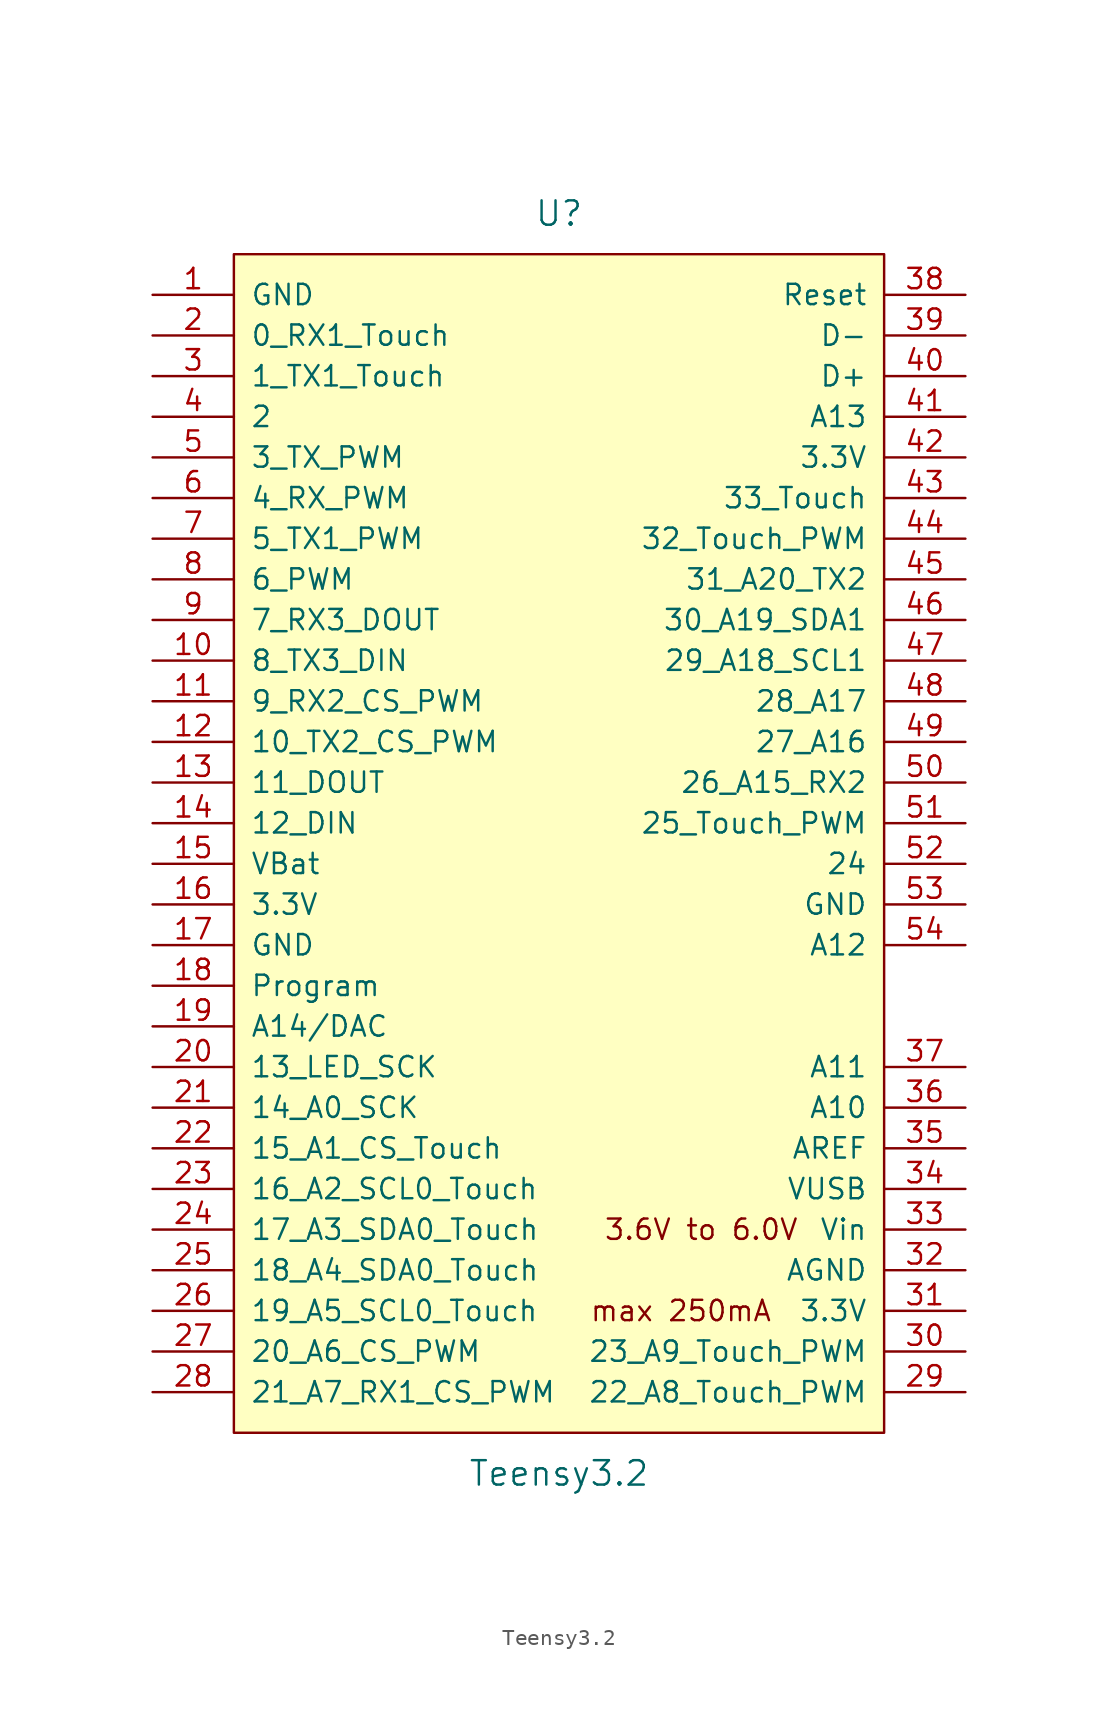
<source format=kicad_sym>
(kicad_symbol_lib
  (version 20220914)
  (generator kicad_symbol_editor)
  (symbol "Teensy3.2"
    (pin_names
      (offset 1.016))
    (property "Reference" "U"
      (at 0 39.37 0)
      (effects (font (size 1.524 1.524))))
    (property "Value" "Teensy3.2"
      (at 0 -39.37 0)
      (effects (font (size 1.524 1.524))))
    (property "Footprint" ""
      (at 0 -19.05 0)
      (effects (font (size 1.524 1.524))))
    (property "Datasheet" ""
      (at 0 -19.05 0)
      (effects (font (size 1.524 1.524))))
    (symbol "Teensy3.2_0_0"
      (text "3.6V to 6.0V" (at 8.89 -24.13 0) (effects (font (size 1.27 1.27))))
      (text "max 250mA" (at 7.62 -29.21 0) (effects (font (size 1.27 1.27)))))
    (symbol "Teensy3.2_1_1"
      (rectangle (start -20.32 36.83) (end 20.32 -36.83) (stroke (width 0) (type solid)) (fill (type background)))
      (pin power_in line (at -25.4 34.29 0) (length 5.08) (name "GND" (effects (font (size 1.27 1.27)))) (number "1" (effects (font (size 1.27 1.27)))))
      (pin bidirectional line (at -25.4 11.43 0) (length 5.08) (name "8_TX3_DIN" (effects (font (size 1.27 1.27)))) (number "10" (effects (font (size 1.27 1.27)))))
      (pin bidirectional line (at -25.4 8.89 0) (length 5.08) (name "9_RX2_CS_PWM" (effects (font (size 1.27 1.27)))) (number "11" (effects (font (size 1.27 1.27)))))
      (pin bidirectional line (at -25.4 6.35 0) (length 5.08) (name "10_TX2_CS_PWM" (effects (font (size 1.27 1.27)))) (number "12" (effects (font (size 1.27 1.27)))))
      (pin bidirectional line (at -25.4 3.81 0) (length 5.08) (name "11_DOUT" (effects (font (size 1.27 1.27)))) (number "13" (effects (font (size 1.27 1.27)))))
      (pin bidirectional line (at -25.4 1.27 0) (length 5.08) (name "12_DIN" (effects (font (size 1.27 1.27)))) (number "14" (effects (font (size 1.27 1.27)))))
      (pin power_in line (at -25.4 -1.27 0) (length 5.08) (name "VBat" (effects (font (size 1.27 1.27)))) (number "15" (effects (font (size 1.27 1.27)))))
      (pin power_out line (at -25.4 -3.81 0) (length 5.08) (name "3.3V" (effects (font (size 1.27 1.27)))) (number "16" (effects (font (size 1.27 1.27)))))
      (pin power_in line (at -25.4 -6.35 0) (length 5.08) (name "GND" (effects (font (size 1.27 1.27)))) (number "17" (effects (font (size 1.27 1.27)))))
      (pin input line (at -25.4 -8.89 0) (length 5.08) (name "Program" (effects (font (size 1.27 1.27)))) (number "18" (effects (font (size 1.27 1.27)))))
      (pin bidirectional line (at -25.4 -11.43 0) (length 5.08) (name "A14/DAC" (effects (font (size 1.27 1.27)))) (number "19" (effects (font (size 1.27 1.27)))))
      (pin bidirectional line (at -25.4 31.75 0) (length 5.08) (name "0_RX1_Touch" (effects (font (size 1.27 1.27)))) (number "2" (effects (font (size 1.27 1.27)))))
      (pin bidirectional line (at -25.4 -13.97 0) (length 5.08) (name "13_LED_SCK" (effects (font (size 1.27 1.27)))) (number "20" (effects (font (size 1.27 1.27)))))
      (pin bidirectional line (at -25.4 -16.51 0) (length 5.08) (name "14_A0_SCK" (effects (font (size 1.27 1.27)))) (number "21" (effects (font (size 1.27 1.27)))))
      (pin bidirectional line (at -25.4 -19.05 0) (length 5.08) (name "15_A1_CS_Touch" (effects (font (size 1.27 1.27)))) (number "22" (effects (font (size 1.27 1.27)))))
      (pin bidirectional line (at -25.4 -21.59 0) (length 5.08) (name "16_A2_SCL0_Touch" (effects (font (size 1.27 1.27)))) (number "23" (effects (font (size 1.27 1.27)))))
      (pin bidirectional line (at -25.4 -24.13 0) (length 5.08) (name "17_A3_SDA0_Touch" (effects (font (size 1.27 1.27)))) (number "24" (effects (font (size 1.27 1.27)))))
      (pin bidirectional line (at -25.4 -26.67 0) (length 5.08) (name "18_A4_SDA0_Touch" (effects (font (size 1.27 1.27)))) (number "25" (effects (font (size 1.27 1.27)))))
      (pin bidirectional line (at -25.4 -29.21 0) (length 5.08) (name "19_A5_SCL0_Touch" (effects (font (size 1.27 1.27)))) (number "26" (effects (font (size 1.27 1.27)))))
      (pin bidirectional line (at -25.4 -31.75 0) (length 5.08) (name "20_A6_CS_PWM" (effects (font (size 1.27 1.27)))) (number "27" (effects (font (size 1.27 1.27)))))
      (pin bidirectional line (at -25.4 -34.29 0) (length 5.08) (name "21_A7_RX1_CS_PWM" (effects (font (size 1.27 1.27)))) (number "28" (effects (font (size 1.27 1.27)))))
      (pin bidirectional line (at 25.4 -34.29 180) (length 5.08) (name "22_A8_Touch_PWM" (effects (font (size 1.27 1.27)))) (number "29" (effects (font (size 1.27 1.27)))))
      (pin bidirectional line (at -25.4 29.21 0) (length 5.08) (name "1_TX1_Touch" (effects (font (size 1.27 1.27)))) (number "3" (effects (font (size 1.27 1.27)))))
      (pin bidirectional line (at 25.4 -31.75 180) (length 5.08) (name "23_A9_Touch_PWM" (effects (font (size 1.27 1.27)))) (number "30" (effects (font (size 1.27 1.27)))))
      (pin power_out line (at 25.4 -29.21 180) (length 5.08) (name "3.3V" (effects (font (size 1.27 1.27)))) (number "31" (effects (font (size 1.27 1.27)))))
      (pin power_out line (at 25.4 -26.67 180) (length 5.08) (name "AGND" (effects (font (size 1.27 1.27)))) (number "32" (effects (font (size 1.27 1.27)))))
      (pin power_in line (at 25.4 -24.13 180) (length 5.08) (name "Vin" (effects (font (size 1.27 1.27)))) (number "33" (effects (font (size 1.27 1.27)))))
      (pin power_in line (at 25.4 -21.59 180) (length 5.08) (name "VUSB" (effects (font (size 1.27 1.27)))) (number "34" (effects (font (size 1.27 1.27)))))
      (pin input line (at 25.4 -19.05 180) (length 5.08) (name "AREF" (effects (font (size 1.27 1.27)))) (number "35" (effects (font (size 1.27 1.27)))))
      (pin bidirectional line (at 25.4 -16.51 180) (length 5.08) (name "A10" (effects (font (size 1.27 1.27)))) (number "36" (effects (font (size 1.27 1.27)))))
      (pin bidirectional line (at 25.4 -13.97 180) (length 5.08) (name "A11" (effects (font (size 1.27 1.27)))) (number "37" (effects (font (size 1.27 1.27)))))
      (pin input line (at 25.4 34.29 180) (length 5.08) (name "Reset" (effects (font (size 1.27 1.27)))) (number "38" (effects (font (size 1.27 1.27)))))
      (pin bidirectional line (at 25.4 31.75 180) (length 5.08) (name "D-" (effects (font (size 1.27 1.27)))) (number "39" (effects (font (size 1.27 1.27)))))
      (pin bidirectional line (at -25.4 26.67 0) (length 5.08) (name "2" (effects (font (size 1.27 1.27)))) (number "4" (effects (font (size 1.27 1.27)))))
      (pin bidirectional line (at 25.4 29.21 180) (length 5.08) (name "D+" (effects (font (size 1.27 1.27)))) (number "40" (effects (font (size 1.27 1.27)))))
      (pin bidirectional line (at 25.4 26.67 180) (length 5.08) (name "A13" (effects (font (size 1.27 1.27)))) (number "41" (effects (font (size 1.27 1.27)))))
      (pin power_out line (at 25.4 24.13 180) (length 5.08) (name "3.3V" (effects (font (size 1.27 1.27)))) (number "42" (effects (font (size 1.27 1.27)))))
      (pin bidirectional line (at 25.4 21.59 180) (length 5.08) (name "33_Touch" (effects (font (size 1.27 1.27)))) (number "43" (effects (font (size 1.27 1.27)))))
      (pin bidirectional line (at 25.4 19.05 180) (length 5.08) (name "32_Touch_PWM" (effects (font (size 1.27 1.27)))) (number "44" (effects (font (size 1.27 1.27)))))
      (pin bidirectional line (at 25.4 16.51 180) (length 5.08) (name "31_A20_TX2" (effects (font (size 1.27 1.27)))) (number "45" (effects (font (size 1.27 1.27)))))
      (pin bidirectional line (at 25.4 13.97 180) (length 5.08) (name "30_A19_SDA1" (effects (font (size 1.27 1.27)))) (number "46" (effects (font (size 1.27 1.27)))))
      (pin bidirectional line (at 25.4 11.43 180) (length 5.08) (name "29_A18_SCL1" (effects (font (size 1.27 1.27)))) (number "47" (effects (font (size 1.27 1.27)))))
      (pin bidirectional line (at 25.4 8.89 180) (length 5.08) (name "28_A17" (effects (font (size 1.27 1.27)))) (number "48" (effects (font (size 1.27 1.27)))))
      (pin bidirectional line (at 25.4 6.35 180) (length 5.08) (name "27_A16" (effects (font (size 1.27 1.27)))) (number "49" (effects (font (size 1.27 1.27)))))
      (pin bidirectional line (at -25.4 24.13 0) (length 5.08) (name "3_TX_PWM" (effects (font (size 1.27 1.27)))) (number "5" (effects (font (size 1.27 1.27)))))
      (pin bidirectional line (at 25.4 3.81 180) (length 5.08) (name "26_A15_RX2" (effects (font (size 1.27 1.27)))) (number "50" (effects (font (size 1.27 1.27)))))
      (pin bidirectional line (at 25.4 1.27 180) (length 5.08) (name "25_Touch_PWM" (effects (font (size 1.27 1.27)))) (number "51" (effects (font (size 1.27 1.27)))))
      (pin bidirectional line (at 25.4 -1.27 180) (length 5.08) (name "24" (effects (font (size 1.27 1.27)))) (number "52" (effects (font (size 1.27 1.27)))))
      (pin power_in line (at 25.4 -3.81 180) (length 5.08) (name "GND" (effects (font (size 1.27 1.27)))) (number "53" (effects (font (size 1.27 1.27)))))
      (pin bidirectional line (at 25.4 -6.35 180) (length 5.08) (name "A12" (effects (font (size 1.27 1.27)))) (number "54" (effects (font (size 1.27 1.27)))))
      (pin bidirectional line (at -25.4 21.59 0) (length 5.08) (name "4_RX_PWM" (effects (font (size 1.27 1.27)))) (number "6" (effects (font (size 1.27 1.27)))))
      (pin bidirectional line (at -25.4 19.05 0) (length 5.08) (name "5_TX1_PWM" (effects (font (size 1.27 1.27)))) (number "7" (effects (font (size 1.27 1.27)))))
      (pin bidirectional line (at -25.4 16.51 0) (length 5.08) (name "6_PWM" (effects (font (size 1.27 1.27)))) (number "8" (effects (font (size 1.27 1.27)))))
      (pin bidirectional line (at -25.4 13.97 0) (length 5.08) (name "7_RX3_DOUT" (effects (font (size 1.27 1.27)))) (number "9" (effects (font (size 1.27 1.27))))))))
</source>
